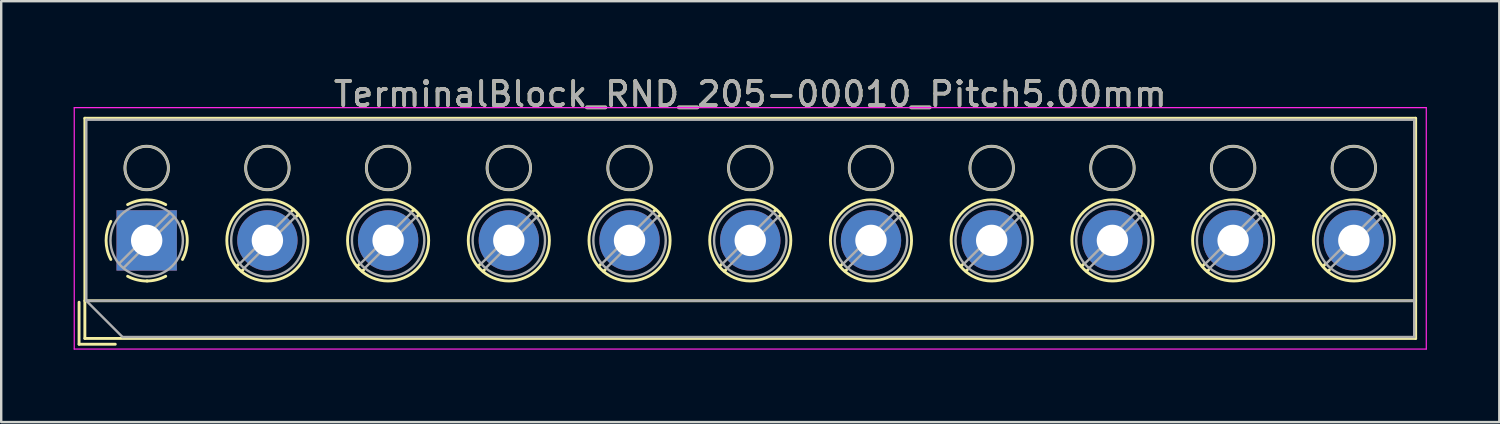
<source format=kicad_pcb>
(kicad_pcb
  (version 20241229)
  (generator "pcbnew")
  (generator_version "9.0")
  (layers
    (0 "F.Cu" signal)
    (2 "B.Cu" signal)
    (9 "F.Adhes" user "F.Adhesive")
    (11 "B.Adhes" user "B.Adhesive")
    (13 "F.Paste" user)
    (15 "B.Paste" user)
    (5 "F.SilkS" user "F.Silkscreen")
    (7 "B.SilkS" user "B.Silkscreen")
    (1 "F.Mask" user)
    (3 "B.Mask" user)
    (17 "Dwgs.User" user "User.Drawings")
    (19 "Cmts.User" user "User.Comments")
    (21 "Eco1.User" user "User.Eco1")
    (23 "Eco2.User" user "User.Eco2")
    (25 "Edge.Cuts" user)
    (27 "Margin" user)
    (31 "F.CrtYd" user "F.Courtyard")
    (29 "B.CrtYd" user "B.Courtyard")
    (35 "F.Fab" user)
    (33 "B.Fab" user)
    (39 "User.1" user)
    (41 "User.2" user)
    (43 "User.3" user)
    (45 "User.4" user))
  (footprint "TerminalBlock_RND_205-00010_Pitch5.00mm"
    (layer "F.Cu")
    (at 3.025 6.908)
    (property "Reference" "TerminalBlock_RND_205-00010_Pitch5.00mm" (at 25 -6.06 0) (layer "F.SilkS") (effects (font (size 1 1) (thickness 0.15))))
    (attr through_hole)
    (fp_line (start -2.8 2.56) (end -2.8 4.3) (stroke (width 0.12) (type solid)) (layer "F.SilkS"))
    (fp_line (start -2.8 4.3) (end -1.3 4.3) (stroke (width 0.12) (type solid)) (layer "F.SilkS"))
    (fp_line (start -2.56 -5.06) (end -2.56 4.06) (stroke (width 0.12) (type solid)) (layer "F.SilkS"))
    (fp_line (start -2.56 2.5) (end 52.56 2.5) (stroke (width 0.12) (type solid)) (layer "F.SilkS"))
    (fp_line (start -2.56 4.06) (end 52.56 4.06) (stroke (width 0.12) (type solid)) (layer "F.SilkS"))
    (fp_line (start 3.82 0.976) (end 3.726 1.069) (stroke (width 0.12) (type solid)) (layer "F.SilkS"))
    (fp_line (start 3.99 1.216) (end 3.931 1.274) (stroke (width 0.12) (type solid)) (layer "F.SilkS"))
    (fp_line (start 6.07 -1.275) (end 6.011 -1.216) (stroke (width 0.12) (type solid)) (layer "F.SilkS"))
    (fp_line (start 6.275 -1.069) (end 6.181 -0.976) (stroke (width 0.12) (type solid)) (layer "F.SilkS"))
    (fp_line (start 8.82 0.976) (end 8.726 1.069) (stroke (width 0.12) (type solid)) (layer "F.SilkS"))
    (fp_line (start 8.99 1.216) (end 8.931 1.274) (stroke (width 0.12) (type solid)) (layer "F.SilkS"))
    (fp_line (start 11.07 -1.275) (end 11.011 -1.216) (stroke (width 0.12) (type solid)) (layer "F.SilkS"))
    (fp_line (start 11.275 -1.069) (end 11.181 -0.976) (stroke (width 0.12) (type solid)) (layer "F.SilkS"))
    (fp_line (start 13.82 0.976) (end 13.726 1.069) (stroke (width 0.12) (type solid)) (layer "F.SilkS"))
    (fp_line (start 13.99 1.216) (end 13.931 1.274) (stroke (width 0.12) (type solid)) (layer "F.SilkS"))
    (fp_line (start 16.07 -1.275) (end 16.011 -1.216) (stroke (width 0.12) (type solid)) (layer "F.SilkS"))
    (fp_line (start 16.275 -1.069) (end 16.181 -0.976) (stroke (width 0.12) (type solid)) (layer "F.SilkS"))
    (fp_line (start 18.82 0.976) (end 18.726 1.069) (stroke (width 0.12) (type solid)) (layer "F.SilkS"))
    (fp_line (start 18.99 1.216) (end 18.931 1.274) (stroke (width 0.12) (type solid)) (layer "F.SilkS"))
    (fp_line (start 21.07 -1.275) (end 21.011 -1.216) (stroke (width 0.12) (type solid)) (layer "F.SilkS"))
    (fp_line (start 21.275 -1.069) (end 21.181 -0.976) (stroke (width 0.12) (type solid)) (layer "F.SilkS"))
    (fp_line (start 23.82 0.976) (end 23.726 1.069) (stroke (width 0.12) (type solid)) (layer "F.SilkS"))
    (fp_line (start 23.99 1.216) (end 23.931 1.274) (stroke (width 0.12) (type solid)) (layer "F.SilkS"))
    (fp_line (start 26.07 -1.275) (end 26.011 -1.216) (stroke (width 0.12) (type solid)) (layer "F.SilkS"))
    (fp_line (start 26.275 -1.069) (end 26.181 -0.976) (stroke (width 0.12) (type solid)) (layer "F.SilkS"))
    (fp_line (start 28.82 0.976) (end 28.726 1.069) (stroke (width 0.12) (type solid)) (layer "F.SilkS"))
    (fp_line (start 28.99 1.216) (end 28.931 1.274) (stroke (width 0.12) (type solid)) (layer "F.SilkS"))
    (fp_line (start 31.07 -1.275) (end 31.011 -1.216) (stroke (width 0.12) (type solid)) (layer "F.SilkS"))
    (fp_line (start 31.275 -1.069) (end 31.181 -0.976) (stroke (width 0.12) (type solid)) (layer "F.SilkS"))
    (fp_line (start 33.82 0.976) (end 33.726 1.069) (stroke (width 0.12) (type solid)) (layer "F.SilkS"))
    (fp_line (start 33.99 1.216) (end 33.931 1.274) (stroke (width 0.12) (type solid)) (layer "F.SilkS"))
    (fp_line (start 36.07 -1.275) (end 36.011 -1.216) (stroke (width 0.12) (type solid)) (layer "F.SilkS"))
    (fp_line (start 36.275 -1.069) (end 36.181 -0.976) (stroke (width 0.12) (type solid)) (layer "F.SilkS"))
    (fp_line (start 38.82 0.976) (end 38.726 1.069) (stroke (width 0.12) (type solid)) (layer "F.SilkS"))
    (fp_line (start 38.99 1.216) (end 38.931 1.274) (stroke (width 0.12) (type solid)) (layer "F.SilkS"))
    (fp_line (start 41.07 -1.275) (end 41.011 -1.216) (stroke (width 0.12) (type solid)) (layer "F.SilkS"))
    (fp_line (start 41.275 -1.069) (end 41.181 -0.976) (stroke (width 0.12) (type solid)) (layer "F.SilkS"))
    (fp_line (start 43.82 0.976) (end 43.726 1.069) (stroke (width 0.12) (type solid)) (layer "F.SilkS"))
    (fp_line (start 43.99 1.216) (end 43.931 1.274) (stroke (width 0.12) (type solid)) (layer "F.SilkS"))
    (fp_line (start 46.07 -1.275) (end 46.011 -1.216) (stroke (width 0.12) (type solid)) (layer "F.SilkS"))
    (fp_line (start 46.275 -1.069) (end 46.181 -0.976) (stroke (width 0.12) (type solid)) (layer "F.SilkS"))
    (fp_line (start 48.82 0.976) (end 48.726 1.069) (stroke (width 0.12) (type solid)) (layer "F.SilkS"))
    (fp_line (start 48.99 1.216) (end 48.931 1.274) (stroke (width 0.12) (type solid)) (layer "F.SilkS"))
    (fp_line (start 51.07 -1.275) (end 51.011 -1.216) (stroke (width 0.12) (type solid)) (layer "F.SilkS"))
    (fp_line (start 51.275 -1.069) (end 51.181 -0.976) (stroke (width 0.12) (type solid)) (layer "F.SilkS"))
    (fp_line (start 52.56 -5.06) (end -2.56 -5.06) (stroke (width 0.12) (type solid)) (layer "F.SilkS"))
    (fp_line (start 52.56 4.06) (end 52.56 -5.06) (stroke (width 0.12) (type solid)) (layer "F.SilkS"))
    (fp_arc (start -1.483953 0.789089) (mid -1.680708 0.00005) (end -1.484 -0.789) (stroke (width 0.12) (type solid)) (layer "F.SilkS"))
    (fp_arc (start -0.789089 -1.483953) (mid -0.00005 -1.680708) (end 0.789 -1.484) (stroke (width 0.12) (type solid)) (layer "F.SilkS"))
    (fp_arc (start 0.029383 1.68045) (mid -0.392304 1.634281) (end -0.789 1.484) (stroke (width 0.12) (type solid)) (layer "F.SilkS"))
    (fp_arc (start 0.788712 1.483352) (mid 0.406429 1.630097) (end 0 1.68) (stroke (width 0.12) (type solid)) (layer "F.SilkS"))
    (fp_arc (start 1.483953 -0.789089) (mid 1.680708 -0.00005) (end 1.484 0.789) (stroke (width 0.12) (type solid)) (layer "F.SilkS"))
    (fp_circle (center 0 -3) (end 0.9 -3) (stroke (width 0.12) (type solid)) (fill no) (layer "F.SilkS"))
    (fp_circle (center 5 -3) (end 5.9 -3) (stroke (width 0.12) (type solid)) (fill no) (layer "F.SilkS"))
    (fp_circle (center 5 0) (end 6.68 0) (stroke (width 0.12) (type solid)) (fill no) (layer "F.SilkS"))
    (fp_circle (center 10 -3) (end 10.9 -3) (stroke (width 0.12) (type solid)) (fill no) (layer "F.SilkS"))
    (fp_circle (center 10 0) (end 11.68 0) (stroke (width 0.12) (type solid)) (fill no) (layer "F.SilkS"))
    (fp_circle (center 15 -3) (end 15.9 -3) (stroke (width 0.12) (type solid)) (fill no) (layer "F.SilkS"))
    (fp_circle (center 15 0) (end 16.68 0) (stroke (width 0.12) (type solid)) (fill no) (layer "F.SilkS"))
    (fp_circle (center 20 -3) (end 20.9 -3) (stroke (width 0.12) (type solid)) (fill no) (layer "F.SilkS"))
    (fp_circle (center 20 0) (end 21.68 0) (stroke (width 0.12) (type solid)) (fill no) (layer "F.SilkS"))
    (fp_circle (center 25 -3) (end 25.9 -3) (stroke (width 0.12) (type solid)) (fill no) (layer "F.SilkS"))
    (fp_circle (center 25 0) (end 26.68 0) (stroke (width 0.12) (type solid)) (fill no) (layer "F.SilkS"))
    (fp_circle (center 30 -3) (end 30.9 -3) (stroke (width 0.12) (type solid)) (fill no) (layer "F.SilkS"))
    (fp_circle (center 30 0) (end 31.68 0) (stroke (width 0.12) (type solid)) (fill no) (layer "F.SilkS"))
    (fp_circle (center 35 -3) (end 35.9 -3) (stroke (width 0.12) (type solid)) (fill no) (layer "F.SilkS"))
    (fp_circle (center 35 0) (end 36.68 0) (stroke (width 0.12) (type solid)) (fill no) (layer "F.SilkS"))
    (fp_circle (center 40 -3) (end 40.9 -3) (stroke (width 0.12) (type solid)) (fill no) (layer "F.SilkS"))
    (fp_circle (center 40 0) (end 41.68 0) (stroke (width 0.12) (type solid)) (fill no) (layer "F.SilkS"))
    (fp_circle (center 45 -3) (end 45.9 -3) (stroke (width 0.12) (type solid)) (fill no) (layer "F.SilkS"))
    (fp_circle (center 45 0) (end 46.68 0) (stroke (width 0.12) (type solid)) (fill no) (layer "F.SilkS"))
    (fp_circle (center 50 -3) (end 50.9 -3) (stroke (width 0.12) (type solid)) (fill no) (layer "F.SilkS"))
    (fp_circle (center 50 0) (end 51.68 0) (stroke (width 0.12) (type solid)) (fill no) (layer "F.SilkS"))
    (fp_line (start -3 -5.5) (end -3 4.5) (stroke (width 0.05) (type solid)) (layer "F.CrtYd"))
    (fp_line (start -3 4.5) (end 53 4.5) (stroke (width 0.05) (type solid)) (layer "F.CrtYd"))
    (fp_line (start 53 -5.5) (end -3 -5.5) (stroke (width 0.05) (type solid)) (layer "F.CrtYd"))
    (fp_line (start 53 4.5) (end 53 -5.5) (stroke (width 0.05) (type solid)) (layer "F.CrtYd"))
    (fp_line (start -2.5 -5) (end 52.5 -5) (stroke (width 0.1) (type solid)) (layer "F.Fab"))
    (fp_line (start -2.5 2.5) (end -2.5 -5) (stroke (width 0.1) (type solid)) (layer "F.Fab"))
    (fp_line (start -2.5 2.5) (end 52.5 2.5) (stroke (width 0.1) (type solid)) (layer "F.Fab"))
    (fp_line (start -1 4) (end -2.5 2.5) (stroke (width 0.1) (type solid)) (layer "F.Fab"))
    (fp_line (start 0.955 -1.138) (end -1.138 0.955) (stroke (width 0.1) (type solid)) (layer "F.Fab"))
    (fp_line (start 1.138 -0.955) (end -0.955 1.138) (stroke (width 0.1) (type solid)) (layer "F.Fab"))
    (fp_line (start 5.955 -1.138) (end 3.863 0.955) (stroke (width 0.1) (type solid)) (layer "F.Fab"))
    (fp_line (start 6.138 -0.955) (end 4.046 1.138) (stroke (width 0.1) (type solid)) (layer "F.Fab"))
    (fp_line (start 10.955 -1.138) (end 8.863 0.955) (stroke (width 0.1) (type solid)) (layer "F.Fab"))
    (fp_line (start 11.138 -0.955) (end 9.046 1.138) (stroke (width 0.1) (type solid)) (layer "F.Fab"))
    (fp_line (start 15.955 -1.138) (end 13.863 0.955) (stroke (width 0.1) (type solid)) (layer "F.Fab"))
    (fp_line (start 16.138 -0.955) (end 14.046 1.138) (stroke (width 0.1) (type solid)) (layer "F.Fab"))
    (fp_line (start 20.955 -1.138) (end 18.863 0.955) (stroke (width 0.1) (type solid)) (layer "F.Fab"))
    (fp_line (start 21.138 -0.955) (end 19.046 1.138) (stroke (width 0.1) (type solid)) (layer "F.Fab"))
    (fp_line (start 25.955 -1.138) (end 23.863 0.955) (stroke (width 0.1) (type solid)) (layer "F.Fab"))
    (fp_line (start 26.138 -0.955) (end 24.046 1.138) (stroke (width 0.1) (type solid)) (layer "F.Fab"))
    (fp_line (start 30.955 -1.138) (end 28.863 0.955) (stroke (width 0.1) (type solid)) (layer "F.Fab"))
    (fp_line (start 31.138 -0.955) (end 29.046 1.138) (stroke (width 0.1) (type solid)) (layer "F.Fab"))
    (fp_line (start 35.955 -1.138) (end 33.863 0.955) (stroke (width 0.1) (type solid)) (layer "F.Fab"))
    (fp_line (start 36.138 -0.955) (end 34.046 1.138) (stroke (width 0.1) (type solid)) (layer "F.Fab"))
    (fp_line (start 40.955 -1.138) (end 38.863 0.955) (stroke (width 0.1) (type solid)) (layer "F.Fab"))
    (fp_line (start 41.138 -0.955) (end 39.046 1.138) (stroke (width 0.1) (type solid)) (layer "F.Fab"))
    (fp_line (start 45.955 -1.138) (end 43.863 0.955) (stroke (width 0.1) (type solid)) (layer "F.Fab"))
    (fp_line (start 46.138 -0.955) (end 44.046 1.138) (stroke (width 0.1) (type solid)) (layer "F.Fab"))
    (fp_line (start 50.955 -1.138) (end 48.863 0.955) (stroke (width 0.1) (type solid)) (layer "F.Fab"))
    (fp_line (start 51.138 -0.955) (end 49.046 1.138) (stroke (width 0.1) (type solid)) (layer "F.Fab"))
    (fp_line (start 52.5 -5) (end 52.5 4) (stroke (width 0.1) (type solid)) (layer "F.Fab"))
    (fp_line (start 52.5 4) (end -1 4) (stroke (width 0.1) (type solid)) (layer "F.Fab"))
    (fp_circle (center 0 -3) (end 0.9 -3) (stroke (width 0.1) (type solid)) (fill no) (layer "F.Fab"))
    (fp_circle (center 0 0) (end 1.5 0) (stroke (width 0.1) (type solid)) (fill no) (layer "F.Fab"))
    (fp_circle (center 5 -3) (end 5.9 -3) (stroke (width 0.1) (type solid)) (fill no) (layer "F.Fab"))
    (fp_circle (center 5 0) (end 6.5 0) (stroke (width 0.1) (type solid)) (fill no) (layer "F.Fab"))
    (fp_circle (center 10 -3) (end 10.9 -3) (stroke (width 0.1) (type solid)) (fill no) (layer "F.Fab"))
    (fp_circle (center 10 0) (end 11.5 0) (stroke (width 0.1) (type solid)) (fill no) (layer "F.Fab"))
    (fp_circle (center 15 -3) (end 15.9 -3) (stroke (width 0.1) (type solid)) (fill no) (layer "F.Fab"))
    (fp_circle (center 15 0) (end 16.5 0) (stroke (width 0.1) (type solid)) (fill no) (layer "F.Fab"))
    (fp_circle (center 20 -3) (end 20.9 -3) (stroke (width 0.1) (type solid)) (fill no) (layer "F.Fab"))
    (fp_circle (center 20 0) (end 21.5 0) (stroke (width 0.1) (type solid)) (fill no) (layer "F.Fab"))
    (fp_circle (center 25 -3) (end 25.9 -3) (stroke (width 0.1) (type solid)) (fill no) (layer "F.Fab"))
    (fp_circle (center 25 0) (end 26.5 0) (stroke (width 0.1) (type solid)) (fill no) (layer "F.Fab"))
    (fp_circle (center 30 -3) (end 30.9 -3) (stroke (width 0.1) (type solid)) (fill no) (layer "F.Fab"))
    (fp_circle (center 30 0) (end 31.5 0) (stroke (width 0.1) (type solid)) (fill no) (layer "F.Fab"))
    (fp_circle (center 35 -3) (end 35.9 -3) (stroke (width 0.1) (type solid)) (fill no) (layer "F.Fab"))
    (fp_circle (center 35 0) (end 36.5 0) (stroke (width 0.1) (type solid)) (fill no) (layer "F.Fab"))
    (fp_circle (center 40 -3) (end 40.9 -3) (stroke (width 0.1) (type solid)) (fill no) (layer "F.Fab"))
    (fp_circle (center 40 0) (end 41.5 0) (stroke (width 0.1) (type solid)) (fill no) (layer "F.Fab"))
    (fp_circle (center 45 -3) (end 45.9 -3) (stroke (width 0.1) (type solid)) (fill no) (layer "F.Fab"))
    (fp_circle (center 45 0) (end 46.5 0) (stroke (width 0.1) (type solid)) (fill no) (layer "F.Fab"))
    (fp_circle (center 50 -3) (end 50.9 -3) (stroke (width 0.1) (type solid)) (fill no) (layer "F.Fab"))
    (fp_circle (center 50 0) (end 51.5 0) (stroke (width 0.1) (type solid)) (fill no) (layer "F.Fab"))
    (fp_text user "${REFERENCE}" (at 25 -6.06 0) (layer "F.Fab") (effects (font (size 1 1) (thickness 0.15))))
    (pad "1" thru_hole rect (at 0 0) (size 2.5 2.5) (drill 1.3) (layers "*.Cu" "*.Mask"))
    (pad "2" thru_hole circle (at 5 0) (size 2.5 2.5) (drill 1.3) (layers "*.Cu" "*.Mask"))
    (pad "3" thru_hole circle (at 10 0) (size 2.5 2.5) (drill 1.3) (layers "*.Cu" "*.Mask"))
    (pad "4" thru_hole circle (at 15 0) (size 2.5 2.5) (drill 1.3) (layers "*.Cu" "*.Mask"))
    (pad "5" thru_hole circle (at 20 0) (size 2.5 2.5) (drill 1.3) (layers "*.Cu" "*.Mask"))
    (pad "6" thru_hole circle (at 25 0) (size 2.5 2.5) (drill 1.3) (layers "*.Cu" "*.Mask"))
    (pad "7" thru_hole circle (at 30 0) (size 2.5 2.5) (drill 1.3) (layers "*.Cu" "*.Mask"))
    (pad "8" thru_hole circle (at 35 0) (size 2.5 2.5) (drill 1.3) (layers "*.Cu" "*.Mask"))
    (pad "9" thru_hole circle (at 40 0) (size 2.5 2.5) (drill 1.3) (layers "*.Cu" "*.Mask"))
    (pad "10" thru_hole circle (at 45 0) (size 2.5 2.5) (drill 1.3) (layers "*.Cu" "*.Mask"))
    (pad "11" thru_hole circle (at 50 0) (size 2.5 2.5) (drill 1.3) (layers "*.Cu" "*.Mask")))
  (gr_rect
    (start -3 -3)
    (end 59.05 14.433)
    (stroke (width 0.1) (type default))
    (fill no)
    (layer "Edge.Cuts")))
</source>
